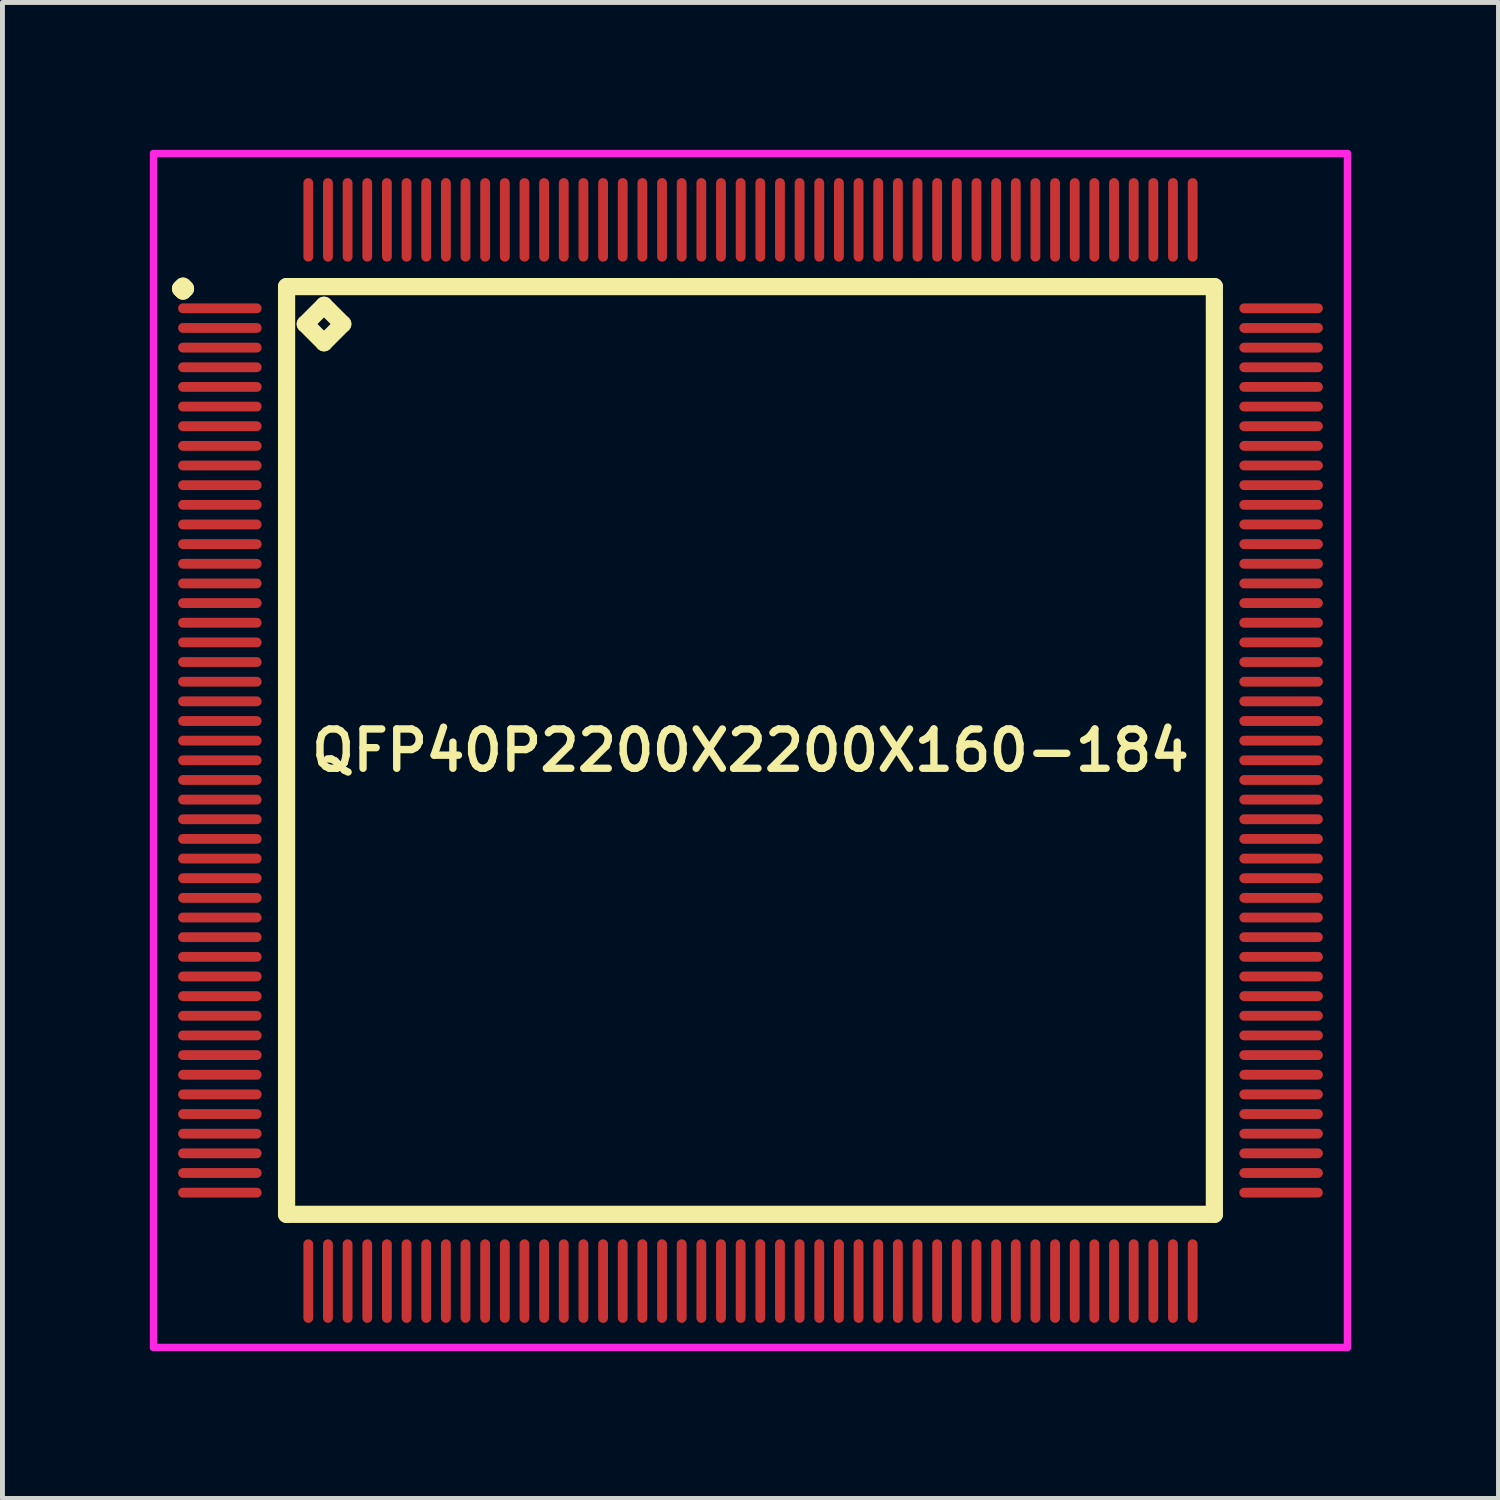
<source format=kicad_pcb>
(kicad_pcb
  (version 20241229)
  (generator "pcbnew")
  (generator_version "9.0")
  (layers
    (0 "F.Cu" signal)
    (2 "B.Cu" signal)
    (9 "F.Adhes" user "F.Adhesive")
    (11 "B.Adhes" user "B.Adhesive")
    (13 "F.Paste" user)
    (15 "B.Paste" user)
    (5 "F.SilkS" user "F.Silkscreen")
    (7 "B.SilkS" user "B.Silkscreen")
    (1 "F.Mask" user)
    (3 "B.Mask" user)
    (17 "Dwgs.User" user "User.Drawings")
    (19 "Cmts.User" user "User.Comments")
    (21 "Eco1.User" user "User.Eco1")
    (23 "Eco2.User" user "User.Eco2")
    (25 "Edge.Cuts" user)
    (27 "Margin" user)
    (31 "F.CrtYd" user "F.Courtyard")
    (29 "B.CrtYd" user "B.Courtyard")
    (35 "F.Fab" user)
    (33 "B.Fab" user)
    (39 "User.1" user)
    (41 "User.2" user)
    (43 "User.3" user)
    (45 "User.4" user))
  (footprint "QFP40P2200X2200X160-184"
    (layer "F.Cu")
    (at 12.225 12.225)
    (property "Reference" "QFP40P2200X2200X160-184" (at 0 0 0) (layer "F.SilkS") (effects (font (size 0.8 0.8) (thickness 0.15))))
    (attr smd)
    (fp_line (start -11.6 -9.4) (end -11.55 -9.45) (stroke (width 0.35) (type solid)) (layer "F.SilkS"))
    (fp_line (start -11.55 -9.45) (end -11.5 -9.4) (stroke (width 0.35) (type solid)) (layer "F.SilkS"))
    (fp_line (start -11.55 -9.35) (end -11.6 -9.4) (stroke (width 0.35) (type solid)) (layer "F.SilkS"))
    (fp_line (start -11.5 -9.4) (end -11.55 -9.35) (stroke (width 0.35) (type solid)) (layer "F.SilkS"))
    (fp_line (start -9.442 -9.442) (end -9.442 9.442) (stroke (width 0.35) (type solid)) (layer "F.SilkS"))
    (fp_line (start -9.442 9.442) (end 9.442 9.442) (stroke (width 0.35) (type solid)) (layer "F.SilkS"))
    (fp_line (start -9.061 -8.68) (end -8.68 -9.061) (stroke (width 0.35) (type solid)) (layer "F.SilkS"))
    (fp_line (start -8.68 -9.061) (end -8.299 -8.68) (stroke (width 0.35) (type solid)) (layer "F.SilkS"))
    (fp_line (start -8.68 -8.299) (end -9.061 -8.68) (stroke (width 0.35) (type solid)) (layer "F.SilkS"))
    (fp_line (start -8.299 -8.68) (end -8.68 -8.299) (stroke (width 0.35) (type solid)) (layer "F.SilkS"))
    (fp_line (start 9.442 -9.442) (end -9.442 -9.442) (stroke (width 0.35) (type solid)) (layer "F.SilkS"))
    (fp_line (start 9.442 9.442) (end 9.442 -9.442) (stroke (width 0.35) (type solid)) (layer "F.SilkS"))
    (fp_line (start -12.15 -12.15) (end 12.15 -12.15) (stroke (width 0.15) (type solid)) (layer "F.CrtYd"))
    (fp_line (start -12.15 12.15) (end -12.15 -12.15) (stroke (width 0.15) (type solid)) (layer "F.CrtYd"))
    (fp_line (start 12.15 -12.15) (end 12.15 12.15) (stroke (width 0.15) (type solid)) (layer "F.CrtYd"))
    (fp_line (start 12.15 12.15) (end -12.15 12.15) (stroke (width 0.15) (type solid)) (layer "F.CrtYd"))
    (pad "1" smd oval (at -10.8 -9) (size 1.7 0.2) (layers "F.Cu" "F.Mask" "F.Paste"))
    (pad "2" smd oval (at -10.8 -8.6) (size 1.7 0.2) (layers "F.Cu" "F.Mask" "F.Paste"))
    (pad "3" smd oval (at -10.8 -8.2) (size 1.7 0.2) (layers "F.Cu" "F.Mask" "F.Paste"))
    (pad "4" smd oval (at -10.8 -7.8) (size 1.7 0.2) (layers "F.Cu" "F.Mask" "F.Paste"))
    (pad "5" smd oval (at -10.8 -7.4) (size 1.7 0.2) (layers "F.Cu" "F.Mask" "F.Paste"))
    (pad "6" smd oval (at -10.8 -7) (size 1.7 0.2) (layers "F.Cu" "F.Mask" "F.Paste"))
    (pad "7" smd oval (at -10.8 -6.6) (size 1.7 0.2) (layers "F.Cu" "F.Mask" "F.Paste"))
    (pad "8" smd oval (at -10.8 -6.2) (size 1.7 0.2) (layers "F.Cu" "F.Mask" "F.Paste"))
    (pad "9" smd oval (at -10.8 -5.8) (size 1.7 0.2) (layers "F.Cu" "F.Mask" "F.Paste"))
    (pad "10" smd oval (at -10.8 -5.4) (size 1.7 0.2) (layers "F.Cu" "F.Mask" "F.Paste"))
    (pad "11" smd oval (at -10.8 -5) (size 1.7 0.2) (layers "F.Cu" "F.Mask" "F.Paste"))
    (pad "12" smd oval (at -10.8 -4.6) (size 1.7 0.2) (layers "F.Cu" "F.Mask" "F.Paste"))
    (pad "13" smd oval (at -10.8 -4.2) (size 1.7 0.2) (layers "F.Cu" "F.Mask" "F.Paste"))
    (pad "14" smd oval (at -10.8 -3.8) (size 1.7 0.2) (layers "F.Cu" "F.Mask" "F.Paste"))
    (pad "15" smd oval (at -10.8 -3.4) (size 1.7 0.2) (layers "F.Cu" "F.Mask" "F.Paste"))
    (pad "16" smd oval (at -10.8 -3) (size 1.7 0.2) (layers "F.Cu" "F.Mask" "F.Paste"))
    (pad "17" smd oval (at -10.8 -2.6) (size 1.7 0.2) (layers "F.Cu" "F.Mask" "F.Paste"))
    (pad "18" smd oval (at -10.8 -2.2) (size 1.7 0.2) (layers "F.Cu" "F.Mask" "F.Paste"))
    (pad "19" smd oval (at -10.8 -1.8) (size 1.7 0.2) (layers "F.Cu" "F.Mask" "F.Paste"))
    (pad "20" smd oval (at -10.8 -1.4) (size 1.7 0.2) (layers "F.Cu" "F.Mask" "F.Paste"))
    (pad "21" smd oval (at -10.8 -1) (size 1.7 0.2) (layers "F.Cu" "F.Mask" "F.Paste"))
    (pad "22" smd oval (at -10.8 -0.6) (size 1.7 0.2) (layers "F.Cu" "F.Mask" "F.Paste"))
    (pad "23" smd oval (at -10.8 -0.2) (size 1.7 0.2) (layers "F.Cu" "F.Mask" "F.Paste"))
    (pad "24" smd oval (at -10.8 0.2) (size 1.7 0.2) (layers "F.Cu" "F.Mask" "F.Paste"))
    (pad "25" smd oval (at -10.8 0.6) (size 1.7 0.2) (layers "F.Cu" "F.Mask" "F.Paste"))
    (pad "26" smd oval (at -10.8 1) (size 1.7 0.2) (layers "F.Cu" "F.Mask" "F.Paste"))
    (pad "27" smd oval (at -10.8 1.4) (size 1.7 0.2) (layers "F.Cu" "F.Mask" "F.Paste"))
    (pad "28" smd oval (at -10.8 1.8) (size 1.7 0.2) (layers "F.Cu" "F.Mask" "F.Paste"))
    (pad "29" smd oval (at -10.8 2.2) (size 1.7 0.2) (layers "F.Cu" "F.Mask" "F.Paste"))
    (pad "30" smd oval (at -10.8 2.6) (size 1.7 0.2) (layers "F.Cu" "F.Mask" "F.Paste"))
    (pad "31" smd oval (at -10.8 3) (size 1.7 0.2) (layers "F.Cu" "F.Mask" "F.Paste"))
    (pad "32" smd oval (at -10.8 3.4) (size 1.7 0.2) (layers "F.Cu" "F.Mask" "F.Paste"))
    (pad "33" smd oval (at -10.8 3.8) (size 1.7 0.2) (layers "F.Cu" "F.Mask" "F.Paste"))
    (pad "34" smd oval (at -10.8 4.2) (size 1.7 0.2) (layers "F.Cu" "F.Mask" "F.Paste"))
    (pad "35" smd oval (at -10.8 4.6) (size 1.7 0.2) (layers "F.Cu" "F.Mask" "F.Paste"))
    (pad "36" smd oval (at -10.8 5) (size 1.7 0.2) (layers "F.Cu" "F.Mask" "F.Paste"))
    (pad "37" smd oval (at -10.8 5.4) (size 1.7 0.2) (layers "F.Cu" "F.Mask" "F.Paste"))
    (pad "38" smd oval (at -10.8 5.8) (size 1.7 0.2) (layers "F.Cu" "F.Mask" "F.Paste"))
    (pad "39" smd oval (at -10.8 6.2) (size 1.7 0.2) (layers "F.Cu" "F.Mask" "F.Paste"))
    (pad "40" smd oval (at -10.8 6.6) (size 1.7 0.2) (layers "F.Cu" "F.Mask" "F.Paste"))
    (pad "41" smd oval (at -10.8 7) (size 1.7 0.2) (layers "F.Cu" "F.Mask" "F.Paste"))
    (pad "42" smd oval (at -10.8 7.4) (size 1.7 0.2) (layers "F.Cu" "F.Mask" "F.Paste"))
    (pad "43" smd oval (at -10.8 7.8) (size 1.7 0.2) (layers "F.Cu" "F.Mask" "F.Paste"))
    (pad "44" smd oval (at -10.8 8.2) (size 1.7 0.2) (layers "F.Cu" "F.Mask" "F.Paste"))
    (pad "45" smd oval (at -10.8 8.6) (size 1.7 0.2) (layers "F.Cu" "F.Mask" "F.Paste"))
    (pad "46" smd oval (at -10.8 9) (size 1.7 0.2) (layers "F.Cu" "F.Mask" "F.Paste"))
    (pad "47" smd oval (at -9 10.8) (size 0.2 1.7) (layers "F.Cu" "F.Mask" "F.Paste"))
    (pad "48" smd oval (at -8.6 10.8) (size 0.2 1.7) (layers "F.Cu" "F.Mask" "F.Paste"))
    (pad "49" smd oval (at -8.2 10.8) (size 0.2 1.7) (layers "F.Cu" "F.Mask" "F.Paste"))
    (pad "50" smd oval (at -7.8 10.8) (size 0.2 1.7) (layers "F.Cu" "F.Mask" "F.Paste"))
    (pad "51" smd oval (at -7.4 10.8) (size 0.2 1.7) (layers "F.Cu" "F.Mask" "F.Paste"))
    (pad "52" smd oval (at -7 10.8) (size 0.2 1.7) (layers "F.Cu" "F.Mask" "F.Paste"))
    (pad "53" smd oval (at -6.6 10.8) (size 0.2 1.7) (layers "F.Cu" "F.Mask" "F.Paste"))
    (pad "54" smd oval (at -6.2 10.8) (size 0.2 1.7) (layers "F.Cu" "F.Mask" "F.Paste"))
    (pad "55" smd oval (at -5.8 10.8) (size 0.2 1.7) (layers "F.Cu" "F.Mask" "F.Paste"))
    (pad "56" smd oval (at -5.4 10.8) (size 0.2 1.7) (layers "F.Cu" "F.Mask" "F.Paste"))
    (pad "57" smd oval (at -5 10.8) (size 0.2 1.7) (layers "F.Cu" "F.Mask" "F.Paste"))
    (pad "58" smd oval (at -4.6 10.8) (size 0.2 1.7) (layers "F.Cu" "F.Mask" "F.Paste"))
    (pad "59" smd oval (at -4.2 10.8) (size 0.2 1.7) (layers "F.Cu" "F.Mask" "F.Paste"))
    (pad "60" smd oval (at -3.8 10.8) (size 0.2 1.7) (layers "F.Cu" "F.Mask" "F.Paste"))
    (pad "61" smd oval (at -3.4 10.8) (size 0.2 1.7) (layers "F.Cu" "F.Mask" "F.Paste"))
    (pad "62" smd oval (at -3 10.8) (size 0.2 1.7) (layers "F.Cu" "F.Mask" "F.Paste"))
    (pad "63" smd oval (at -2.6 10.8) (size 0.2 1.7) (layers "F.Cu" "F.Mask" "F.Paste"))
    (pad "64" smd oval (at -2.2 10.8) (size 0.2 1.7) (layers "F.Cu" "F.Mask" "F.Paste"))
    (pad "65" smd oval (at -1.8 10.8) (size 0.2 1.7) (layers "F.Cu" "F.Mask" "F.Paste"))
    (pad "66" smd oval (at -1.4 10.8) (size 0.2 1.7) (layers "F.Cu" "F.Mask" "F.Paste"))
    (pad "67" smd oval (at -1 10.8) (size 0.2 1.7) (layers "F.Cu" "F.Mask" "F.Paste"))
    (pad "68" smd oval (at -0.6 10.8) (size 0.2 1.7) (layers "F.Cu" "F.Mask" "F.Paste"))
    (pad "69" smd oval (at -0.2 10.8) (size 0.2 1.7) (layers "F.Cu" "F.Mask" "F.Paste"))
    (pad "70" smd oval (at 0.2 10.8) (size 0.2 1.7) (layers "F.Cu" "F.Mask" "F.Paste"))
    (pad "71" smd oval (at 0.6 10.8) (size 0.2 1.7) (layers "F.Cu" "F.Mask" "F.Paste"))
    (pad "72" smd oval (at 1 10.8) (size 0.2 1.7) (layers "F.Cu" "F.Mask" "F.Paste"))
    (pad "73" smd oval (at 1.4 10.8) (size 0.2 1.7) (layers "F.Cu" "F.Mask" "F.Paste"))
    (pad "74" smd oval (at 1.8 10.8) (size 0.2 1.7) (layers "F.Cu" "F.Mask" "F.Paste"))
    (pad "75" smd oval (at 2.2 10.8) (size 0.2 1.7) (layers "F.Cu" "F.Mask" "F.Paste"))
    (pad "76" smd oval (at 2.6 10.8) (size 0.2 1.7) (layers "F.Cu" "F.Mask" "F.Paste"))
    (pad "77" smd oval (at 3 10.8) (size 0.2 1.7) (layers "F.Cu" "F.Mask" "F.Paste"))
    (pad "78" smd oval (at 3.4 10.8) (size 0.2 1.7) (layers "F.Cu" "F.Mask" "F.Paste"))
    (pad "79" smd oval (at 3.8 10.8) (size 0.2 1.7) (layers "F.Cu" "F.Mask" "F.Paste"))
    (pad "80" smd oval (at 4.2 10.8) (size 0.2 1.7) (layers "F.Cu" "F.Mask" "F.Paste"))
    (pad "81" smd oval (at 4.6 10.8) (size 0.2 1.7) (layers "F.Cu" "F.Mask" "F.Paste"))
    (pad "82" smd oval (at 5 10.8) (size 0.2 1.7) (layers "F.Cu" "F.Mask" "F.Paste"))
    (pad "83" smd oval (at 5.4 10.8) (size 0.2 1.7) (layers "F.Cu" "F.Mask" "F.Paste"))
    (pad "84" smd oval (at 5.8 10.8) (size 0.2 1.7) (layers "F.Cu" "F.Mask" "F.Paste"))
    (pad "85" smd oval (at 6.2 10.8) (size 0.2 1.7) (layers "F.Cu" "F.Mask" "F.Paste"))
    (pad "86" smd oval (at 6.6 10.8) (size 0.2 1.7) (layers "F.Cu" "F.Mask" "F.Paste"))
    (pad "87" smd oval (at 7 10.8) (size 0.2 1.7) (layers "F.Cu" "F.Mask" "F.Paste"))
    (pad "88" smd oval (at 7.4 10.8) (size 0.2 1.7) (layers "F.Cu" "F.Mask" "F.Paste"))
    (pad "89" smd oval (at 7.8 10.8) (size 0.2 1.7) (layers "F.Cu" "F.Mask" "F.Paste"))
    (pad "90" smd oval (at 8.2 10.8) (size 0.2 1.7) (layers "F.Cu" "F.Mask" "F.Paste"))
    (pad "91" smd oval (at 8.6 10.8) (size 0.2 1.7) (layers "F.Cu" "F.Mask" "F.Paste"))
    (pad "92" smd oval (at 9 10.8) (size 0.2 1.7) (layers "F.Cu" "F.Mask" "F.Paste"))
    (pad "93" smd oval (at 10.8 9) (size 1.7 0.2) (layers "F.Cu" "F.Mask" "F.Paste"))
    (pad "94" smd oval (at 10.8 8.6) (size 1.7 0.2) (layers "F.Cu" "F.Mask" "F.Paste"))
    (pad "95" smd oval (at 10.8 8.2) (size 1.7 0.2) (layers "F.Cu" "F.Mask" "F.Paste"))
    (pad "96" smd oval (at 10.8 7.8) (size 1.7 0.2) (layers "F.Cu" "F.Mask" "F.Paste"))
    (pad "97" smd oval (at 10.8 7.4) (size 1.7 0.2) (layers "F.Cu" "F.Mask" "F.Paste"))
    (pad "98" smd oval (at 10.8 7) (size 1.7 0.2) (layers "F.Cu" "F.Mask" "F.Paste"))
    (pad "99" smd oval (at 10.8 6.6) (size 1.7 0.2) (layers "F.Cu" "F.Mask" "F.Paste"))
    (pad "100" smd oval (at 10.8 6.2) (size 1.7 0.2) (layers "F.Cu" "F.Mask" "F.Paste"))
    (pad "101" smd oval (at 10.8 5.8) (size 1.7 0.2) (layers "F.Cu" "F.Mask" "F.Paste"))
    (pad "102" smd oval (at 10.8 5.4) (size 1.7 0.2) (layers "F.Cu" "F.Mask" "F.Paste"))
    (pad "103" smd oval (at 10.8 5) (size 1.7 0.2) (layers "F.Cu" "F.Mask" "F.Paste"))
    (pad "104" smd oval (at 10.8 4.6) (size 1.7 0.2) (layers "F.Cu" "F.Mask" "F.Paste"))
    (pad "105" smd oval (at 10.8 4.2) (size 1.7 0.2) (layers "F.Cu" "F.Mask" "F.Paste"))
    (pad "106" smd oval (at 10.8 3.8) (size 1.7 0.2) (layers "F.Cu" "F.Mask" "F.Paste"))
    (pad "107" smd oval (at 10.8 3.4) (size 1.7 0.2) (layers "F.Cu" "F.Mask" "F.Paste"))
    (pad "108" smd oval (at 10.8 3) (size 1.7 0.2) (layers "F.Cu" "F.Mask" "F.Paste"))
    (pad "109" smd oval (at 10.8 2.6) (size 1.7 0.2) (layers "F.Cu" "F.Mask" "F.Paste"))
    (pad "110" smd oval (at 10.8 2.2) (size 1.7 0.2) (layers "F.Cu" "F.Mask" "F.Paste"))
    (pad "111" smd oval (at 10.8 1.8) (size 1.7 0.2) (layers "F.Cu" "F.Mask" "F.Paste"))
    (pad "112" smd oval (at 10.8 1.4) (size 1.7 0.2) (layers "F.Cu" "F.Mask" "F.Paste"))
    (pad "113" smd oval (at 10.8 1) (size 1.7 0.2) (layers "F.Cu" "F.Mask" "F.Paste"))
    (pad "114" smd oval (at 10.8 0.6) (size 1.7 0.2) (layers "F.Cu" "F.Mask" "F.Paste"))
    (pad "115" smd oval (at 10.8 0.2) (size 1.7 0.2) (layers "F.Cu" "F.Mask" "F.Paste"))
    (pad "116" smd oval (at 10.8 -0.2) (size 1.7 0.2) (layers "F.Cu" "F.Mask" "F.Paste"))
    (pad "117" smd oval (at 10.8 -0.6) (size 1.7 0.2) (layers "F.Cu" "F.Mask" "F.Paste"))
    (pad "118" smd oval (at 10.8 -1) (size 1.7 0.2) (layers "F.Cu" "F.Mask" "F.Paste"))
    (pad "119" smd oval (at 10.8 -1.4) (size 1.7 0.2) (layers "F.Cu" "F.Mask" "F.Paste"))
    (pad "120" smd oval (at 10.8 -1.8) (size 1.7 0.2) (layers "F.Cu" "F.Mask" "F.Paste"))
    (pad "121" smd oval (at 10.8 -2.2) (size 1.7 0.2) (layers "F.Cu" "F.Mask" "F.Paste"))
    (pad "122" smd oval (at 10.8 -2.6) (size 1.7 0.2) (layers "F.Cu" "F.Mask" "F.Paste"))
    (pad "123" smd oval (at 10.8 -3) (size 1.7 0.2) (layers "F.Cu" "F.Mask" "F.Paste"))
    (pad "124" smd oval (at 10.8 -3.4) (size 1.7 0.2) (layers "F.Cu" "F.Mask" "F.Paste"))
    (pad "125" smd oval (at 10.8 -3.8) (size 1.7 0.2) (layers "F.Cu" "F.Mask" "F.Paste"))
    (pad "126" smd oval (at 10.8 -4.2) (size 1.7 0.2) (layers "F.Cu" "F.Mask" "F.Paste"))
    (pad "127" smd oval (at 10.8 -4.6) (size 1.7 0.2) (layers "F.Cu" "F.Mask" "F.Paste"))
    (pad "128" smd oval (at 10.8 -5) (size 1.7 0.2) (layers "F.Cu" "F.Mask" "F.Paste"))
    (pad "129" smd oval (at 10.8 -5.4) (size 1.7 0.2) (layers "F.Cu" "F.Mask" "F.Paste"))
    (pad "130" smd oval (at 10.8 -5.8) (size 1.7 0.2) (layers "F.Cu" "F.Mask" "F.Paste"))
    (pad "131" smd oval (at 10.8 -6.2) (size 1.7 0.2) (layers "F.Cu" "F.Mask" "F.Paste"))
    (pad "132" smd oval (at 10.8 -6.6) (size 1.7 0.2) (layers "F.Cu" "F.Mask" "F.Paste"))
    (pad "133" smd oval (at 10.8 -7) (size 1.7 0.2) (layers "F.Cu" "F.Mask" "F.Paste"))
    (pad "134" smd oval (at 10.8 -7.4) (size 1.7 0.2) (layers "F.Cu" "F.Mask" "F.Paste"))
    (pad "135" smd oval (at 10.8 -7.8) (size 1.7 0.2) (layers "F.Cu" "F.Mask" "F.Paste"))
    (pad "136" smd oval (at 10.8 -8.2) (size 1.7 0.2) (layers "F.Cu" "F.Mask" "F.Paste"))
    (pad "137" smd oval (at 10.8 -8.6) (size 1.7 0.2) (layers "F.Cu" "F.Mask" "F.Paste"))
    (pad "138" smd oval (at 10.8 -9) (size 1.7 0.2) (layers "F.Cu" "F.Mask" "F.Paste"))
    (pad "139" smd oval (at 9 -10.8) (size 0.2 1.7) (layers "F.Cu" "F.Mask" "F.Paste"))
    (pad "140" smd oval (at 8.6 -10.8) (size 0.2 1.7) (layers "F.Cu" "F.Mask" "F.Paste"))
    (pad "141" smd oval (at 8.2 -10.8) (size 0.2 1.7) (layers "F.Cu" "F.Mask" "F.Paste"))
    (pad "142" smd oval (at 7.8 -10.8) (size 0.2 1.7) (layers "F.Cu" "F.Mask" "F.Paste"))
    (pad "143" smd oval (at 7.4 -10.8) (size 0.2 1.7) (layers "F.Cu" "F.Mask" "F.Paste"))
    (pad "144" smd oval (at 7 -10.8) (size 0.2 1.7) (layers "F.Cu" "F.Mask" "F.Paste"))
    (pad "145" smd oval (at 6.6 -10.8) (size 0.2 1.7) (layers "F.Cu" "F.Mask" "F.Paste"))
    (pad "146" smd oval (at 6.2 -10.8) (size 0.2 1.7) (layers "F.Cu" "F.Mask" "F.Paste"))
    (pad "147" smd oval (at 5.8 -10.8) (size 0.2 1.7) (layers "F.Cu" "F.Mask" "F.Paste"))
    (pad "148" smd oval (at 5.4 -10.8) (size 0.2 1.7) (layers "F.Cu" "F.Mask" "F.Paste"))
    (pad "149" smd oval (at 5 -10.8) (size 0.2 1.7) (layers "F.Cu" "F.Mask" "F.Paste"))
    (pad "150" smd oval (at 4.6 -10.8) (size 0.2 1.7) (layers "F.Cu" "F.Mask" "F.Paste"))
    (pad "151" smd oval (at 4.2 -10.8) (size 0.2 1.7) (layers "F.Cu" "F.Mask" "F.Paste"))
    (pad "152" smd oval (at 3.8 -10.8) (size 0.2 1.7) (layers "F.Cu" "F.Mask" "F.Paste"))
    (pad "153" smd oval (at 3.4 -10.8) (size 0.2 1.7) (layers "F.Cu" "F.Mask" "F.Paste"))
    (pad "154" smd oval (at 3 -10.8) (size 0.2 1.7) (layers "F.Cu" "F.Mask" "F.Paste"))
    (pad "155" smd oval (at 2.6 -10.8) (size 0.2 1.7) (layers "F.Cu" "F.Mask" "F.Paste"))
    (pad "156" smd oval (at 2.2 -10.8) (size 0.2 1.7) (layers "F.Cu" "F.Mask" "F.Paste"))
    (pad "157" smd oval (at 1.8 -10.8) (size 0.2 1.7) (layers "F.Cu" "F.Mask" "F.Paste"))
    (pad "158" smd oval (at 1.4 -10.8) (size 0.2 1.7) (layers "F.Cu" "F.Mask" "F.Paste"))
    (pad "159" smd oval (at 1 -10.8) (size 0.2 1.7) (layers "F.Cu" "F.Mask" "F.Paste"))
    (pad "160" smd oval (at 0.6 -10.8) (size 0.2 1.7) (layers "F.Cu" "F.Mask" "F.Paste"))
    (pad "161" smd oval (at 0.2 -10.8) (size 0.2 1.7) (layers "F.Cu" "F.Mask" "F.Paste"))
    (pad "162" smd oval (at -0.2 -10.8) (size 0.2 1.7) (layers "F.Cu" "F.Mask" "F.Paste"))
    (pad "163" smd oval (at -0.6 -10.8) (size 0.2 1.7) (layers "F.Cu" "F.Mask" "F.Paste"))
    (pad "164" smd oval (at -1 -10.8) (size 0.2 1.7) (layers "F.Cu" "F.Mask" "F.Paste"))
    (pad "165" smd oval (at -1.4 -10.8) (size 0.2 1.7) (layers "F.Cu" "F.Mask" "F.Paste"))
    (pad "166" smd oval (at -1.8 -10.8) (size 0.2 1.7) (layers "F.Cu" "F.Mask" "F.Paste"))
    (pad "167" smd oval (at -2.2 -10.8) (size 0.2 1.7) (layers "F.Cu" "F.Mask" "F.Paste"))
    (pad "168" smd oval (at -2.6 -10.8) (size 0.2 1.7) (layers "F.Cu" "F.Mask" "F.Paste"))
    (pad "169" smd oval (at -3 -10.8) (size 0.2 1.7) (layers "F.Cu" "F.Mask" "F.Paste"))
    (pad "170" smd oval (at -3.4 -10.8) (size 0.2 1.7) (layers "F.Cu" "F.Mask" "F.Paste"))
    (pad "171" smd oval (at -3.8 -10.8) (size 0.2 1.7) (layers "F.Cu" "F.Mask" "F.Paste"))
    (pad "172" smd oval (at -4.2 -10.8) (size 0.2 1.7) (layers "F.Cu" "F.Mask" "F.Paste"))
    (pad "173" smd oval (at -4.6 -10.8) (size 0.2 1.7) (layers "F.Cu" "F.Mask" "F.Paste"))
    (pad "174" smd oval (at -5 -10.8) (size 0.2 1.7) (layers "F.Cu" "F.Mask" "F.Paste"))
    (pad "175" smd oval (at -5.4 -10.8) (size 0.2 1.7) (layers "F.Cu" "F.Mask" "F.Paste"))
    (pad "176" smd oval (at -5.8 -10.8) (size 0.2 1.7) (layers "F.Cu" "F.Mask" "F.Paste"))
    (pad "177" smd oval (at -6.2 -10.8) (size 0.2 1.7) (layers "F.Cu" "F.Mask" "F.Paste"))
    (pad "178" smd oval (at -6.6 -10.8) (size 0.2 1.7) (layers "F.Cu" "F.Mask" "F.Paste"))
    (pad "179" smd oval (at -7 -10.8) (size 0.2 1.7) (layers "F.Cu" "F.Mask" "F.Paste"))
    (pad "180" smd oval (at -7.4 -10.8) (size 0.2 1.7) (layers "F.Cu" "F.Mask" "F.Paste"))
    (pad "181" smd oval (at -7.8 -10.8) (size 0.2 1.7) (layers "F.Cu" "F.Mask" "F.Paste"))
    (pad "182" smd oval (at -8.2 -10.8) (size 0.2 1.7) (layers "F.Cu" "F.Mask" "F.Paste"))
    (pad "183" smd oval (at -8.6 -10.8) (size 0.2 1.7) (layers "F.Cu" "F.Mask" "F.Paste"))
    (pad "184" smd oval (at -9 -10.8) (size 0.2 1.7) (layers "F.Cu" "F.Mask" "F.Paste")))
  (gr_rect
    (start -3 -3)
    (end 27.45 27.45)
    (stroke (width 0.1) (type default))
    (fill no)
    (layer "Edge.Cuts")))
</source>
